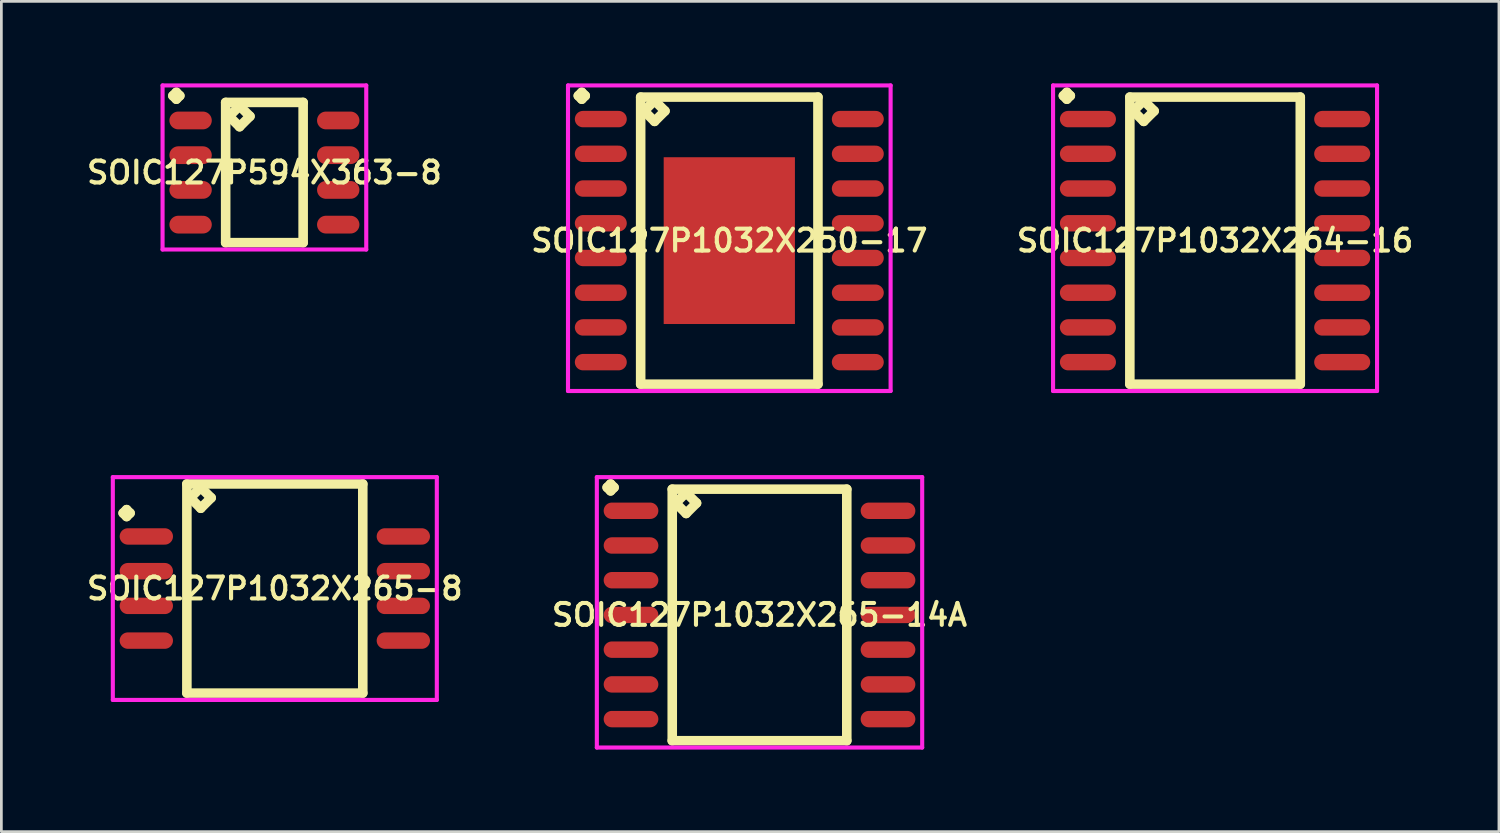
<source format=kicad_pcb>
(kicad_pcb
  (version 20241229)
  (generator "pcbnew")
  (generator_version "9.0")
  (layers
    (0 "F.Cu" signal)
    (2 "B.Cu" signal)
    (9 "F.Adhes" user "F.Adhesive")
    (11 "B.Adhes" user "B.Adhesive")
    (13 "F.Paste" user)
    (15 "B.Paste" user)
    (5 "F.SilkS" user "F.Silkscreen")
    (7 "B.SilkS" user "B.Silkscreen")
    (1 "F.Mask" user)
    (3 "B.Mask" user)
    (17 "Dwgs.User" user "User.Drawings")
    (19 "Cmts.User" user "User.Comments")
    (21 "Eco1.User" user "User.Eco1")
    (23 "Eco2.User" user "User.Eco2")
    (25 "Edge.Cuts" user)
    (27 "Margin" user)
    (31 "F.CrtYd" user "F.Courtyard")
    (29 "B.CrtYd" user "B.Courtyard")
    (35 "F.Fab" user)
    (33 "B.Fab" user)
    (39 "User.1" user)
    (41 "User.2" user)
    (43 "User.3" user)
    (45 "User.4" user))
  (footprint "SOIC127P594X363-8"
    (layer "F.Cu")
    (at 6.621 3.261)
    (property "Reference" "SOIC127P594X363-8" (at 0 0 0) (layer "F.SilkS") (effects (font (size 0.8 0.8) (thickness 0.15))))
    (attr smd)
    (fp_line (start -3.348 -2.809) (end -3.221 -2.936) (stroke (width 0.35) (type solid)) (layer "F.SilkS"))
    (fp_line (start -3.221 -2.936) (end -3.094 -2.809) (stroke (width 0.35) (type solid)) (layer "F.SilkS"))
    (fp_line (start -3.221 -2.682) (end -3.348 -2.809) (stroke (width 0.35) (type solid)) (layer "F.SilkS"))
    (fp_line (start -3.094 -2.809) (end -3.221 -2.682) (stroke (width 0.35) (type solid)) (layer "F.SilkS"))
    (fp_line (start -1.417 -2.565) (end -1.417 2.565) (stroke (width 0.35) (type solid)) (layer "F.SilkS"))
    (fp_line (start -1.417 2.565) (end 1.417 2.565) (stroke (width 0.35) (type solid)) (layer "F.SilkS"))
    (fp_line (start -1.29 -2.057) (end -0.909 -2.438) (stroke (width 0.35) (type solid)) (layer "F.SilkS"))
    (fp_line (start -0.909 -2.438) (end -0.528 -2.057) (stroke (width 0.35) (type solid)) (layer "F.SilkS"))
    (fp_line (start -0.909 -1.676) (end -1.29 -2.057) (stroke (width 0.35) (type solid)) (layer "F.SilkS"))
    (fp_line (start -0.528 -2.057) (end -0.909 -1.676) (stroke (width 0.35) (type solid)) (layer "F.SilkS"))
    (fp_line (start 1.417 -2.565) (end -1.417 -2.565) (stroke (width 0.35) (type solid)) (layer "F.SilkS"))
    (fp_line (start 1.417 2.565) (end 1.417 -2.565) (stroke (width 0.35) (type solid)) (layer "F.SilkS"))
    (fp_line (start -3.725 -3.186) (end 3.725 -3.186) (stroke (width 0.15) (type solid)) (layer "F.CrtYd"))
    (fp_line (start -3.725 2.815) (end -3.725 -3.186) (stroke (width 0.15) (type solid)) (layer "F.CrtYd"))
    (fp_line (start 3.725 -3.186) (end 3.725 2.815) (stroke (width 0.15) (type solid)) (layer "F.CrtYd"))
    (fp_line (start 3.725 2.815) (end -3.725 2.815) (stroke (width 0.15) (type solid)) (layer "F.CrtYd"))
    (pad "1" smd oval (at -2.7 -1.905) (size 1.55 0.65) (layers "F.Cu" "F.Mask" "F.Paste"))
    (pad "2" smd oval (at -2.7 -0.635) (size 1.55 0.65) (layers "F.Cu" "F.Mask" "F.Paste"))
    (pad "3" smd oval (at -2.7 0.635) (size 1.55 0.65) (layers "F.Cu" "F.Mask" "F.Paste"))
    (pad "4" smd oval (at -2.7 1.905) (size 1.55 0.65) (layers "F.Cu" "F.Mask" "F.Paste"))
    (pad "5" smd oval (at 2.7 1.905) (size 1.55 0.65) (layers "F.Cu" "F.Mask" "F.Paste"))
    (pad "6" smd oval (at 2.7 0.635) (size 1.55 0.65) (layers "F.Cu" "F.Mask" "F.Paste"))
    (pad "7" smd oval (at 2.7 -0.635) (size 1.55 0.65) (layers "F.Cu" "F.Mask" "F.Paste"))
    (pad "8" smd oval (at 2.7 -1.905) (size 1.55 0.65) (layers "F.Cu" "F.Mask" "F.Paste")))
  (footprint "SOIC127P1032X250-17"
    (layer "F.Cu")
    (at 23.625 5.751)
    (property "Reference" "SOIC127P1032X250-17" (at 0 0 0) (layer "F.SilkS") (effects (font (size 0.8 0.8) (thickness 0.15))))
    (attr smd)
    (fp_line (start -5.523 -5.299) (end -5.396 -5.426) (stroke (width 0.35) (type solid)) (layer "F.SilkS"))
    (fp_line (start -5.396 -5.426) (end -5.269 -5.299) (stroke (width 0.35) (type solid)) (layer "F.SilkS"))
    (fp_line (start -5.396 -5.172) (end -5.523 -5.299) (stroke (width 0.35) (type solid)) (layer "F.SilkS"))
    (fp_line (start -5.269 -5.299) (end -5.396 -5.172) (stroke (width 0.35) (type solid)) (layer "F.SilkS"))
    (fp_line (start -3.242 -5.25) (end -3.242 5.25) (stroke (width 0.35) (type solid)) (layer "F.SilkS"))
    (fp_line (start -3.242 5.25) (end 3.242 5.25) (stroke (width 0.35) (type solid)) (layer "F.SilkS"))
    (fp_line (start -3.115 -4.742) (end -2.734 -5.123) (stroke (width 0.35) (type solid)) (layer "F.SilkS"))
    (fp_line (start -2.734 -5.123) (end -2.353 -4.742) (stroke (width 0.35) (type solid)) (layer "F.SilkS"))
    (fp_line (start -2.734 -4.361) (end -3.115 -4.742) (stroke (width 0.35) (type solid)) (layer "F.SilkS"))
    (fp_line (start -2.353 -4.742) (end -2.734 -4.361) (stroke (width 0.35) (type solid)) (layer "F.SilkS"))
    (fp_line (start 3.242 -5.25) (end -3.242 -5.25) (stroke (width 0.35) (type solid)) (layer "F.SilkS"))
    (fp_line (start 3.242 5.25) (end 3.242 -5.25) (stroke (width 0.35) (type solid)) (layer "F.SilkS"))
    (fp_line (start -5.9 -5.676) (end 5.9 -5.676) (stroke (width 0.15) (type solid)) (layer "F.CrtYd"))
    (fp_line (start -5.9 5.5) (end -5.9 -5.676) (stroke (width 0.15) (type solid)) (layer "F.CrtYd"))
    (fp_line (start 5.9 -5.676) (end 5.9 5.5) (stroke (width 0.15) (type solid)) (layer "F.CrtYd"))
    (fp_line (start 5.9 5.5) (end -5.9 5.5) (stroke (width 0.15) (type solid)) (layer "F.CrtYd"))
    (pad "1" smd oval (at -4.7 -4.445) (size 1.9 0.6) (layers "F.Cu" "F.Mask" "F.Paste"))
    (pad "2" smd oval (at -4.7 -3.175) (size 1.9 0.6) (layers "F.Cu" "F.Mask" "F.Paste"))
    (pad "3" smd oval (at -4.7 -1.905) (size 1.9 0.6) (layers "F.Cu" "F.Mask" "F.Paste"))
    (pad "4" smd oval (at -4.7 -0.635) (size 1.9 0.6) (layers "F.Cu" "F.Mask" "F.Paste"))
    (pad "5" smd oval (at -4.7 0.635) (size 1.9 0.6) (layers "F.Cu" "F.Mask" "F.Paste"))
    (pad "6" smd oval (at -4.7 1.905) (size 1.9 0.6) (layers "F.Cu" "F.Mask" "F.Paste"))
    (pad "7" smd oval (at -4.7 3.175) (size 1.9 0.6) (layers "F.Cu" "F.Mask" "F.Paste"))
    (pad "8" smd oval (at -4.7 4.445) (size 1.9 0.6) (layers "F.Cu" "F.Mask" "F.Paste"))
    (pad "9" smd oval (at 4.7 4.445) (size 1.9 0.6) (layers "F.Cu" "F.Mask" "F.Paste"))
    (pad "10" smd oval (at 4.7 3.175) (size 1.9 0.6) (layers "F.Cu" "F.Mask" "F.Paste"))
    (pad "11" smd oval (at 4.7 1.905) (size 1.9 0.6) (layers "F.Cu" "F.Mask" "F.Paste"))
    (pad "12" smd oval (at 4.7 0.635) (size 1.9 0.6) (layers "F.Cu" "F.Mask" "F.Paste"))
    (pad "13" smd oval (at 4.7 -0.635) (size 1.9 0.6) (layers "F.Cu" "F.Mask" "F.Paste"))
    (pad "14" smd oval (at 4.7 -1.905) (size 1.9 0.6) (layers "F.Cu" "F.Mask" "F.Paste"))
    (pad "15" smd oval (at 4.7 -3.175) (size 1.9 0.6) (layers "F.Cu" "F.Mask" "F.Paste"))
    (pad "16" smd oval (at 4.7 -4.445) (size 1.9 0.6) (layers "F.Cu" "F.Mask" "F.Paste"))
    (pad "17" smd rect (at 0 0) (size 4.8 6.1) (layers "F.Cu" "F.Mask" "F.Paste")))
  (footprint "SOIC127P1032X265-14A"
    (layer "F.Cu")
    (at 24.73 19.442)
    (property "Reference" "SOIC127P1032X265-14A" (at 0 0 0) (layer "F.SilkS") (effects (font (size 0.8 0.8) (thickness 0.15))))
    (attr smd)
    (fp_line (start -5.573 -4.664) (end -5.446 -4.791) (stroke (width 0.35) (type solid)) (layer "F.SilkS"))
    (fp_line (start -5.446 -4.791) (end -5.319 -4.664) (stroke (width 0.35) (type solid)) (layer "F.SilkS"))
    (fp_line (start -5.446 -4.537) (end -5.573 -4.664) (stroke (width 0.35) (type solid)) (layer "F.SilkS"))
    (fp_line (start -5.319 -4.664) (end -5.446 -4.537) (stroke (width 0.35) (type solid)) (layer "F.SilkS"))
    (fp_line (start -3.192 -4.6) (end -3.192 4.6) (stroke (width 0.35) (type solid)) (layer "F.SilkS"))
    (fp_line (start -3.192 4.6) (end 3.192 4.6) (stroke (width 0.35) (type solid)) (layer "F.SilkS"))
    (fp_line (start -3.065 -4.092) (end -2.684 -4.473) (stroke (width 0.35) (type solid)) (layer "F.SilkS"))
    (fp_line (start -2.684 -4.473) (end -2.303 -4.092) (stroke (width 0.35) (type solid)) (layer "F.SilkS"))
    (fp_line (start -2.684 -3.711) (end -3.065 -4.092) (stroke (width 0.35) (type solid)) (layer "F.SilkS"))
    (fp_line (start -2.303 -4.092) (end -2.684 -3.711) (stroke (width 0.35) (type solid)) (layer "F.SilkS"))
    (fp_line (start 3.192 -4.6) (end -3.192 -4.6) (stroke (width 0.35) (type solid)) (layer "F.SilkS"))
    (fp_line (start 3.192 4.6) (end 3.192 -4.6) (stroke (width 0.35) (type solid)) (layer "F.SilkS"))
    (fp_line (start -5.95 -5.041) (end 5.95 -5.041) (stroke (width 0.15) (type solid)) (layer "F.CrtYd"))
    (fp_line (start -5.95 4.85) (end -5.95 -5.041) (stroke (width 0.15) (type solid)) (layer "F.CrtYd"))
    (fp_line (start 5.95 -5.041) (end 5.95 4.85) (stroke (width 0.15) (type solid)) (layer "F.CrtYd"))
    (fp_line (start 5.95 4.85) (end -5.95 4.85) (stroke (width 0.15) (type solid)) (layer "F.CrtYd"))
    (pad "1" smd oval (at -4.7 -3.81) (size 2 0.6) (layers "F.Cu" "F.Mask" "F.Paste"))
    (pad "2" smd oval (at -4.7 -2.54) (size 2 0.6) (layers "F.Cu" "F.Mask" "F.Paste"))
    (pad "3" smd oval (at -4.7 -1.27) (size 2 0.6) (layers "F.Cu" "F.Mask" "F.Paste"))
    (pad "4" smd oval (at -4.7 0) (size 2 0.6) (layers "F.Cu" "F.Mask" "F.Paste"))
    (pad "5" smd oval (at -4.7 1.27) (size 2 0.6) (layers "F.Cu" "F.Mask" "F.Paste"))
    (pad "6" smd oval (at -4.7 2.54) (size 2 0.6) (layers "F.Cu" "F.Mask" "F.Paste"))
    (pad "7" smd oval (at -4.7 3.81) (size 2 0.6) (layers "F.Cu" "F.Mask" "F.Paste"))
    (pad "8" smd oval (at 4.7 3.81) (size 2 0.6) (layers "F.Cu" "F.Mask" "F.Paste"))
    (pad "9" smd oval (at 4.7 2.54) (size 2 0.6) (layers "F.Cu" "F.Mask" "F.Paste"))
    (pad "10" smd oval (at 4.7 1.27) (size 2 0.6) (layers "F.Cu" "F.Mask" "F.Paste"))
    (pad "11" smd oval (at 4.7 0) (size 2 0.6) (layers "F.Cu" "F.Mask" "F.Paste"))
    (pad "12" smd oval (at 4.7 -1.27) (size 2 0.6) (layers "F.Cu" "F.Mask" "F.Paste"))
    (pad "13" smd oval (at 4.7 -2.54) (size 2 0.6) (layers "F.Cu" "F.Mask" "F.Paste"))
    (pad "14" smd oval (at 4.7 -3.81) (size 2 0.6) (layers "F.Cu" "F.Mask" "F.Paste")))
  (footprint "SOIC127P1032X264-16"
    (layer "F.Cu")
    (at 41.392 5.751)
    (property "Reference" "SOIC127P1032X264-16" (at 0 0 0) (layer "F.SilkS") (effects (font (size 0.8 0.8) (thickness 0.15))))
    (attr smd)
    (fp_line (start -5.548 -5.299) (end -5.421 -5.426) (stroke (width 0.35) (type solid)) (layer "F.SilkS"))
    (fp_line (start -5.421 -5.426) (end -5.294 -5.299) (stroke (width 0.35) (type solid)) (layer "F.SilkS"))
    (fp_line (start -5.421 -5.172) (end -5.548 -5.299) (stroke (width 0.35) (type solid)) (layer "F.SilkS"))
    (fp_line (start -5.294 -5.299) (end -5.421 -5.172) (stroke (width 0.35) (type solid)) (layer "F.SilkS"))
    (fp_line (start -3.117 -5.25) (end -3.117 5.25) (stroke (width 0.35) (type solid)) (layer "F.SilkS"))
    (fp_line (start -3.117 5.25) (end 3.117 5.25) (stroke (width 0.35) (type solid)) (layer "F.SilkS"))
    (fp_line (start -2.99 -4.742) (end -2.609 -5.123) (stroke (width 0.35) (type solid)) (layer "F.SilkS"))
    (fp_line (start -2.609 -5.123) (end -2.228 -4.742) (stroke (width 0.35) (type solid)) (layer "F.SilkS"))
    (fp_line (start -2.609 -4.361) (end -2.99 -4.742) (stroke (width 0.35) (type solid)) (layer "F.SilkS"))
    (fp_line (start -2.228 -4.742) (end -2.609 -4.361) (stroke (width 0.35) (type solid)) (layer "F.SilkS"))
    (fp_line (start 3.117 -5.25) (end -3.117 -5.25) (stroke (width 0.35) (type solid)) (layer "F.SilkS"))
    (fp_line (start 3.117 5.25) (end 3.117 -5.25) (stroke (width 0.35) (type solid)) (layer "F.SilkS"))
    (fp_line (start -5.925 -5.676) (end 5.925 -5.676) (stroke (width 0.15) (type solid)) (layer "F.CrtYd"))
    (fp_line (start -5.925 5.5) (end -5.925 -5.676) (stroke (width 0.15) (type solid)) (layer "F.CrtYd"))
    (fp_line (start 5.925 -5.676) (end 5.925 5.5) (stroke (width 0.15) (type solid)) (layer "F.CrtYd"))
    (fp_line (start 5.925 5.5) (end -5.925 5.5) (stroke (width 0.15) (type solid)) (layer "F.CrtYd"))
    (pad "1" smd oval (at -4.65 -4.445) (size 2.05 0.6) (layers "F.Cu" "F.Mask" "F.Paste"))
    (pad "2" smd oval (at -4.65 -3.175) (size 2.05 0.6) (layers "F.Cu" "F.Mask" "F.Paste"))
    (pad "3" smd oval (at -4.65 -1.905) (size 2.05 0.6) (layers "F.Cu" "F.Mask" "F.Paste"))
    (pad "4" smd oval (at -4.65 -0.635) (size 2.05 0.6) (layers "F.Cu" "F.Mask" "F.Paste"))
    (pad "5" smd oval (at -4.65 0.635) (size 2.05 0.6) (layers "F.Cu" "F.Mask" "F.Paste"))
    (pad "6" smd oval (at -4.65 1.905) (size 2.05 0.6) (layers "F.Cu" "F.Mask" "F.Paste"))
    (pad "7" smd oval (at -4.65 3.175) (size 2.05 0.6) (layers "F.Cu" "F.Mask" "F.Paste"))
    (pad "8" smd oval (at -4.65 4.445) (size 2.05 0.6) (layers "F.Cu" "F.Mask" "F.Paste"))
    (pad "9" smd oval (at 4.65 4.445) (size 2.05 0.6) (layers "F.Cu" "F.Mask" "F.Paste"))
    (pad "10" smd oval (at 4.65 3.175) (size 2.05 0.6) (layers "F.Cu" "F.Mask" "F.Paste"))
    (pad "11" smd oval (at 4.65 1.905) (size 2.05 0.6) (layers "F.Cu" "F.Mask" "F.Paste"))
    (pad "12" smd oval (at 4.65 0.635) (size 2.05 0.6) (layers "F.Cu" "F.Mask" "F.Paste"))
    (pad "13" smd oval (at 4.65 -0.635) (size 2.05 0.6) (layers "F.Cu" "F.Mask" "F.Paste"))
    (pad "14" smd oval (at 4.65 -1.905) (size 2.05 0.6) (layers "F.Cu" "F.Mask" "F.Paste"))
    (pad "15" smd oval (at 4.65 -3.175) (size 2.05 0.6) (layers "F.Cu" "F.Mask" "F.Paste"))
    (pad "16" smd oval (at 4.65 -4.445) (size 2.05 0.6) (layers "F.Cu" "F.Mask" "F.Paste")))
  (footprint "SOIC127P1032X265-8"
    (layer "F.Cu")
    (at 7.002 18.476)
    (property "Reference" "SOIC127P1032X265-8" (at 0 0 0) (layer "F.SilkS") (effects (font (size 0.8 0.8) (thickness 0.15))))
    (attr smd)
    (fp_line (start -5.548 -2.759) (end -5.421 -2.886) (stroke (width 0.35) (type solid)) (layer "F.SilkS"))
    (fp_line (start -5.421 -2.886) (end -5.294 -2.759) (stroke (width 0.35) (type solid)) (layer "F.SilkS"))
    (fp_line (start -5.421 -2.632) (end -5.548 -2.759) (stroke (width 0.35) (type solid)) (layer "F.SilkS"))
    (fp_line (start -5.294 -2.759) (end -5.421 -2.632) (stroke (width 0.35) (type solid)) (layer "F.SilkS"))
    (fp_line (start -3.217 -3.825) (end -3.217 3.825) (stroke (width 0.35) (type solid)) (layer "F.SilkS"))
    (fp_line (start -3.217 3.825) (end 3.217 3.825) (stroke (width 0.35) (type solid)) (layer "F.SilkS"))
    (fp_line (start -3.09 -3.317) (end -2.709 -3.698) (stroke (width 0.35) (type solid)) (layer "F.SilkS"))
    (fp_line (start -2.709 -3.698) (end -2.328 -3.317) (stroke (width 0.35) (type solid)) (layer "F.SilkS"))
    (fp_line (start -2.709 -2.936) (end -3.09 -3.317) (stroke (width 0.35) (type solid)) (layer "F.SilkS"))
    (fp_line (start -2.328 -3.317) (end -2.709 -2.936) (stroke (width 0.35) (type solid)) (layer "F.SilkS"))
    (fp_line (start 3.217 -3.825) (end -3.217 -3.825) (stroke (width 0.35) (type solid)) (layer "F.SilkS"))
    (fp_line (start 3.217 3.825) (end 3.217 -3.825) (stroke (width 0.35) (type solid)) (layer "F.SilkS"))
    (fp_line (start -5.925 -4.075) (end 5.925 -4.075) (stroke (width 0.15) (type solid)) (layer "F.CrtYd"))
    (fp_line (start -5.925 4.075) (end -5.925 -4.075) (stroke (width 0.15) (type solid)) (layer "F.CrtYd"))
    (fp_line (start 5.925 -4.075) (end 5.925 4.075) (stroke (width 0.15) (type solid)) (layer "F.CrtYd"))
    (fp_line (start 5.925 4.075) (end -5.925 4.075) (stroke (width 0.15) (type solid)) (layer "F.CrtYd"))
    (pad "1" smd oval (at -4.7 -1.905) (size 1.95 0.6) (layers "F.Cu" "F.Mask" "F.Paste"))
    (pad "2" smd oval (at -4.7 -0.635) (size 1.95 0.6) (layers "F.Cu" "F.Mask" "F.Paste"))
    (pad "3" smd oval (at -4.7 0.635) (size 1.95 0.6) (layers "F.Cu" "F.Mask" "F.Paste"))
    (pad "4" smd oval (at -4.7 1.905) (size 1.95 0.6) (layers "F.Cu" "F.Mask" "F.Paste"))
    (pad "5" smd oval (at 4.7 1.905) (size 1.95 0.6) (layers "F.Cu" "F.Mask" "F.Paste"))
    (pad "6" smd oval (at 4.7 0.635) (size 1.95 0.6) (layers "F.Cu" "F.Mask" "F.Paste"))
    (pad "7" smd oval (at 4.7 -0.635) (size 1.95 0.6) (layers "F.Cu" "F.Mask" "F.Paste"))
    (pad "8" smd oval (at 4.7 -1.905) (size 1.95 0.6) (layers "F.Cu" "F.Mask" "F.Paste")))
  (gr_rect
    (start -3 -3)
    (end 51.775 27.367)
    (stroke (width 0.1) (type default))
    (fill no)
    (layer "Edge.Cuts")))
</source>
